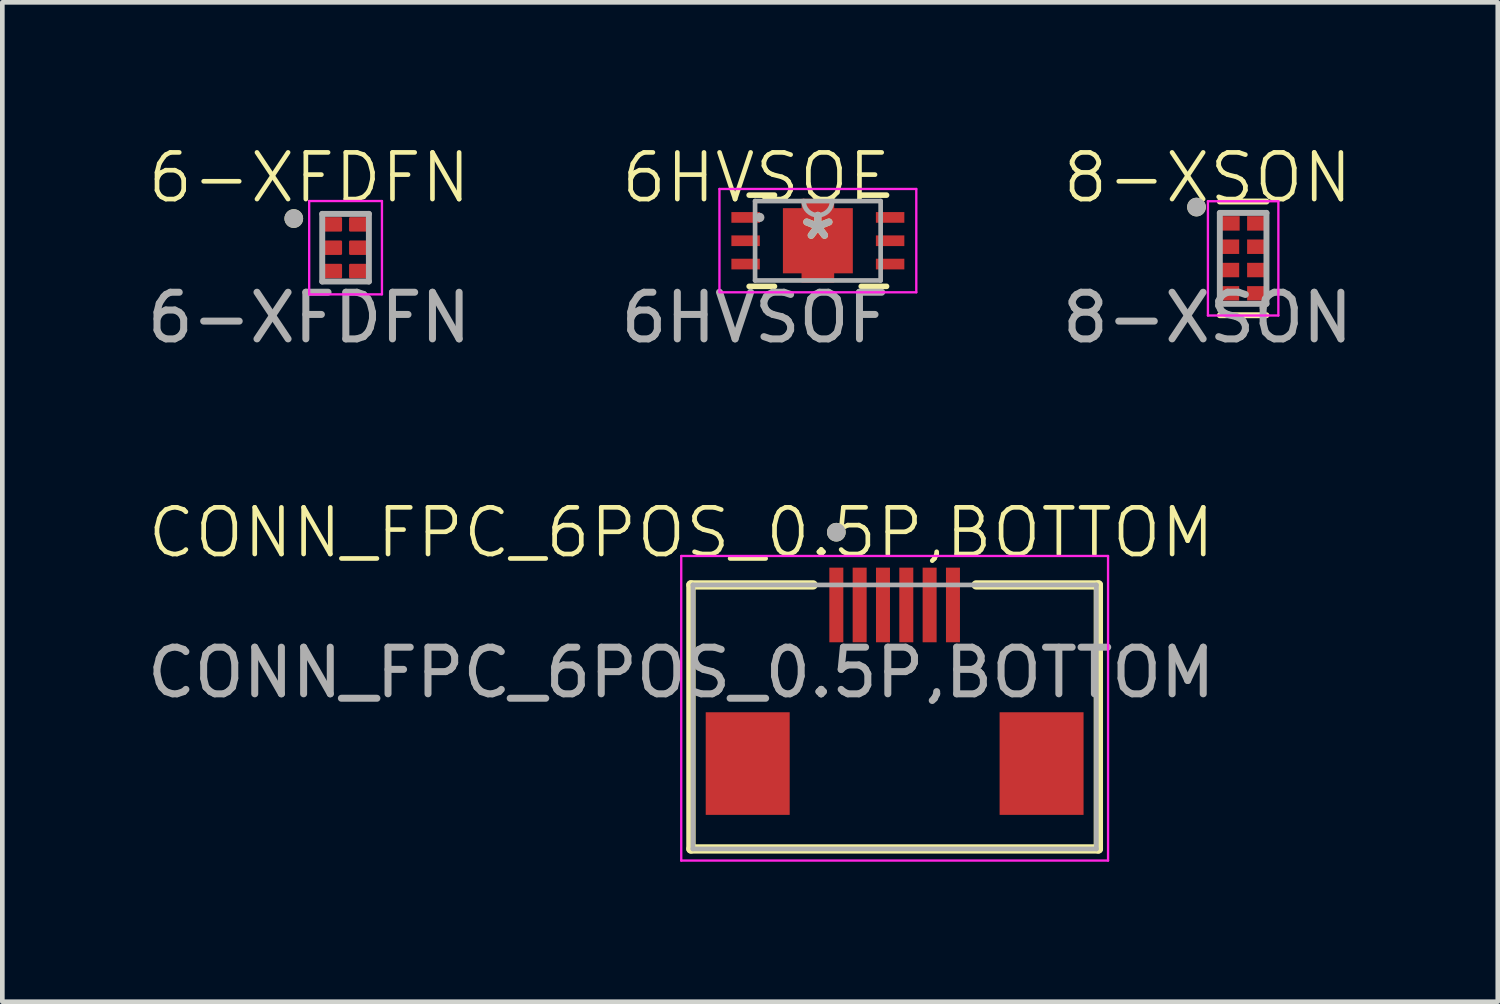
<source format=kicad_pcb>
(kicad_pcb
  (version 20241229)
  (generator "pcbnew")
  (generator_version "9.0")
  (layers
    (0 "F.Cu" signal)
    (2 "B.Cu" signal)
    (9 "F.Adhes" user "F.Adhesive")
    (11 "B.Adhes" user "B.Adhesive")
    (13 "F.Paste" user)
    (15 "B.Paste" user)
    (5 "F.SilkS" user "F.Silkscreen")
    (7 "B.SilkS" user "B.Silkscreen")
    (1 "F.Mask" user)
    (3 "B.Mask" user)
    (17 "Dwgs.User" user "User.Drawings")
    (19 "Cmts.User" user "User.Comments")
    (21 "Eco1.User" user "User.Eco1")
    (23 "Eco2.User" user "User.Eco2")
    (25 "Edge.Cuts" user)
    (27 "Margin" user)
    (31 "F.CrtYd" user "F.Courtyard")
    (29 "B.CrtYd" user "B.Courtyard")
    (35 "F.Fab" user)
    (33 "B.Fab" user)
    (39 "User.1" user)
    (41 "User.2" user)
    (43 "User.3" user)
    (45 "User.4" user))
  (footprint "CONN_FPC_6POS_0.5P,BOTTOM"
    (layer "F.Cu")
    (at 16.134 12.139)
    (property "Reference" "CONN_FPC_6POS_0.5P,BOTTOM" (at -4.58 -3.77 0) (unlocked yes) (layer "F.SilkS") (effects (font (size 1 1) (thickness 0.1))))
    (attr smd)
    (fp_line (start -4.372 -2.65) (end -4.372 3.01) (stroke (width 0.2) (type solid)) (layer "F.SilkS"))
    (fp_line (start -4.372 -2.65) (end -1.752 -2.65) (stroke (width 0.2) (type solid)) (layer "F.SilkS"))
    (fp_line (start -4.372 3.01) (end 4.362 3.01) (stroke (width 0.2) (type solid)) (layer "F.SilkS"))
    (fp_line (start 4.362 -2.65) (end 1.742 -2.65) (stroke (width 0.2) (type solid)) (layer "F.SilkS"))
    (fp_line (start 4.362 -2.65) (end 4.362 3.01) (stroke (width 0.2) (type solid)) (layer "F.SilkS"))
    (fp_circle (center -1.255 -3.78) (end -1.155 -3.78) (stroke (width 0.2) (type solid)) (fill no) (layer "F.SilkS"))
    (fp_line (start -4.58 -3.27) (end 4.57 -3.27) (stroke (width 0.05) (type solid)) (layer "F.CrtYd"))
    (fp_line (start -4.58 3.26) (end -4.58 -3.27) (stroke (width 0.05) (type solid)) (layer "F.CrtYd"))
    (fp_line (start 4.57 -3.27) (end 4.57 3.26) (stroke (width 0.05) (type solid)) (layer "F.CrtYd"))
    (fp_line (start 4.57 3.26) (end -4.58 3.26) (stroke (width 0.05) (type solid)) (layer "F.CrtYd"))
    (fp_line (start -4.33 -2.65) (end 4.32 -2.65) (stroke (width 0.1) (type solid)) (layer "F.Fab"))
    (fp_line (start -4.33 3.01) (end -4.33 -2.65) (stroke (width 0.1) (type solid)) (layer "F.Fab"))
    (fp_line (start 4.32 -2.65) (end 4.32 3.01) (stroke (width 0.1) (type solid)) (layer "F.Fab"))
    (fp_line (start 4.32 3.01) (end -4.33 3.01) (stroke (width 0.1) (type solid)) (layer "F.Fab"))
    (fp_circle (center -1.255 -3.78) (end -1.155 -3.78) (stroke (width 0.2) (type solid)) (fill no) (layer "F.Fab"))
    (fp_text user "${REFERENCE}" (at -4.58 -0.77 0) (unlocked yes) (layer "F.Fab") (effects (font (size 1 1) (thickness 0.15))))
    (pad "1" smd rect (at -1.255 -2.22) (size 0.3 1.6) (layers "F.Cu" "F.Mask" "F.Paste"))
    (pad "2" smd rect (at -0.755 -2.22) (size 0.3 1.6) (layers "F.Cu" "F.Mask" "F.Paste"))
    (pad "3" smd rect (at -0.255 -2.22) (size 0.3 1.6) (layers "F.Cu" "F.Mask" "F.Paste"))
    (pad "4" smd rect (at 0.245 -2.22) (size 0.3 1.6) (layers "F.Cu" "F.Mask" "F.Paste"))
    (pad "5" smd rect (at 0.745 -2.22) (size 0.3 1.6) (layers "F.Cu" "F.Mask" "F.Paste"))
    (pad "6" smd rect (at 1.245 -2.22) (size 0.3 1.6) (layers "F.Cu" "F.Mask" "F.Paste"))
    (pad "S1" smd rect (at -3.155 1.18) (size 1.8 2.2) (layers "F.Cu" "F.Mask" "F.Paste"))
    (pad "S2" smd rect (at 3.145 1.18) (size 1.8 2.2) (layers "F.Cu" "F.Mask" "F.Paste")))
  (footprint "8-XSON"
    (layer "F.Cu")
    (at 23.598 2.49)
    (property "Reference" "8-XSON" (at -0.76 -1.73 0) (unlocked yes) (layer "F.SilkS") (effects (font (size 1 1) (thickness 0.1))))
    (attr smd)
    (fp_line (start -0.498 -1.22) (end 0.502 -1.22) (stroke (width 0.127) (type solid)) (layer "F.SilkS"))
    (fp_line (start 0.502 1.218) (end -0.498 1.218) (stroke (width 0.127) (type solid)) (layer "F.SilkS"))
    (fp_circle (center -0.998 -1.101) (end -0.898 -1.101) (stroke (width 0.2) (type solid)) (fill no) (layer "F.SilkS"))
    (fp_line (start -0.753 -1.226) (end 0.757 -1.226) (stroke (width 0.05) (type solid)) (layer "F.CrtYd"))
    (fp_line (start -0.753 1.224) (end -0.753 -1.226) (stroke (width 0.05) (type solid)) (layer "F.CrtYd"))
    (fp_line (start 0.757 -1.226) (end 0.757 1.224) (stroke (width 0.05) (type solid)) (layer "F.CrtYd"))
    (fp_line (start 0.757 1.224) (end -0.753 1.224) (stroke (width 0.05) (type solid)) (layer "F.CrtYd"))
    (fp_line (start -0.498 -0.976) (end 0.502 -0.976) (stroke (width 0.127) (type solid)) (layer "F.Fab"))
    (fp_line (start -0.498 0.974) (end -0.498 -0.976) (stroke (width 0.127) (type solid)) (layer "F.Fab"))
    (fp_line (start 0.502 -0.976) (end 0.502 0.974) (stroke (width 0.127) (type solid)) (layer "F.Fab"))
    (fp_line (start 0.502 0.974) (end -0.498 0.974) (stroke (width 0.127) (type solid)) (layer "F.Fab"))
    (fp_circle (center -0.998 -1.101) (end -0.898 -1.101) (stroke (width 0.2) (type solid)) (fill no) (layer "F.Fab"))
    (fp_text user "${REFERENCE}" (at -0.76 1.27 0) (unlocked yes) (layer "F.Fab") (effects (font (size 1 1) (thickness 0.15))))
    (pad "1" smd rect (at -0.288 -0.751) (size 0.43 0.31) (layers "F.Cu" "F.Mask" "F.Paste"))
    (pad "2" smd rect (at -0.293 -0.251) (size 0.42 0.31) (layers "F.Cu" "F.Mask" "F.Paste"))
    (pad "3" smd rect (at -0.293 0.249) (size 0.42 0.31) (layers "F.Cu" "F.Mask" "F.Paste"))
    (pad "4" smd rect (at -0.293 0.749) (size 0.42 0.31) (layers "F.Cu" "F.Mask" "F.Paste"))
    (pad "5" smd rect (at 0.297 0.749 180) (size 0.42 0.31) (layers "F.Cu" "F.Mask" "F.Paste"))
    (pad "6" smd rect (at 0.297 0.249 180) (size 0.42 0.31) (layers "F.Cu" "F.Mask" "F.Paste"))
    (pad "7" smd rect (at 0.297 -0.251 180) (size 0.42 0.31) (layers "F.Cu" "F.Mask" "F.Paste"))
    (pad "8" smd rect (at 0.297 -0.751 180) (size 0.42 0.31) (layers "F.Cu" "F.Mask" "F.Paste")))
  (footprint "6HVSOF"
    (layer "F.Cu")
    (at 14.483 2.111)
    (property "Reference" "6HVSOF" (at -1.346 -1.351 0) (unlocked yes) (layer "F.SilkS") (effects (font (size 1 1) (thickness 0.1))))
    (attr smd)
    (fp_line (start -1.473 0.978) (end -0.93 0.978) (stroke (width 0.12) (type solid)) (layer "F.SilkS"))
    (fp_line (start -0.93 -0.978) (end -1.473 -0.978) (stroke (width 0.12) (type solid)) (layer "F.SilkS"))
    (fp_line (start 0.93 0.978) (end 1.473 0.978) (stroke (width 0.12) (type solid)) (layer "F.SilkS"))
    (fp_line (start 1.473 -0.978) (end 0.93 -0.978) (stroke (width 0.12) (type solid)) (layer "F.SilkS"))
    (fp_line (start -2.11 -1.11) (end 2.11 -1.11) (stroke (width 0.05) (type solid)) (layer "F.CrtYd"))
    (fp_line (start -2.11 1.1) (end -2.11 -1.11) (stroke (width 0.05) (type solid)) (layer "F.CrtYd"))
    (fp_line (start 2.11 -1.11) (end 2.11 1.105) (stroke (width 0.05) (type solid)) (layer "F.CrtYd"))
    (fp_line (start 2.11 1.105) (end -2.11 1.105) (stroke (width 0.05) (type solid)) (layer "F.CrtYd"))
    (fp_line (start -1.346 -0.851) (end -1.346 0.851) (stroke (width 0.1) (type solid)) (layer "F.Fab"))
    (fp_line (start -1.346 0.851) (end 1.346 0.851) (stroke (width 0.1) (type solid)) (layer "F.Fab"))
    (fp_line (start 1.346 -0.851) (end -1.346 -0.851) (stroke (width 0.1) (type solid)) (layer "F.Fab"))
    (fp_line (start 1.346 0.851) (end 1.346 -0.851) (stroke (width 0.1) (type solid)) (layer "F.Fab"))
    (fp_arc (start 0.3048 -0.8509) (mid 0 -0.5461) (end -0.3048 -0.8509) (stroke (width 0.1) (type solid)) (layer "F.Fab"))
    (fp_circle (center -1.245 -0.5) (end -1.245 -0.5) (stroke (width 0.1) (type solid)) (fill no) (layer "F.Fab"))
    (fp_text user "*" (at 0 0 0) (layer "F.SilkS") (effects (font (size 1 1) (thickness 0.15))))
    (fp_text user "${REFERENCE}" (at -1.346 1.649 0) (unlocked yes) (layer "F.Fab") (effects (font (size 1 1) (thickness 0.15))))
    (fp_text user "*" (at 0 0 0) (layer "F.Fab") (effects (font (size 1 1) (thickness 0.15))))
    (pad "1" smd rect (at -1.549 -0.5) (size 0.61 0.229) (layers "F.Cu" "F.Mask" "F.Paste"))
    (pad "2" smd rect (at -1.549 0) (size 0.61 0.229) (layers "F.Cu" "F.Mask" "F.Paste"))
    (pad "3" smd rect (at -1.549 0.5) (size 0.61 0.229) (layers "F.Cu" "F.Mask" "F.Paste"))
    (pad "4" smd rect (at 1.549 0.5) (size 0.61 0.229) (layers "F.Cu" "F.Mask" "F.Paste"))
    (pad "5" smd rect (at 1.549 0) (size 0.61 0.229) (layers "F.Cu" "F.Mask" "F.Paste"))
    (pad "6" smd rect (at 1.549 -0.5) (size 0.61 0.229) (layers "F.Cu" "F.Mask" "F.Paste"))
    (pad "7" smd rect (at 0 0) (size 0.7 1.8) (layers "F.Cu" "F.Mask" "F.Paste"))
    (pad "7" smd rect (at 0 0) (size 1.499 1.397) (layers "F.Cu" "F.Mask" "F.Paste")))
  (footprint "6-XFDFN"
    (layer "F.Cu")
    (at 4.365 2.276)
    (property "Reference" "6-XFDFN" (at -0.787 -1.516 0) (unlocked yes) (layer "F.SilkS") (effects (font (size 1 1) (thickness 0.1))))
    (attr smd)
    (fp_circle (center -1.117 -0.641) (end -1.017 -0.641) (stroke (width 0.2) (type solid)) (fill no) (layer "F.SilkS"))
    (fp_line (start -0.787 -1.016) (end 0.773 -1.016) (stroke (width 0.05) (type solid)) (layer "F.CrtYd"))
    (fp_line (start -0.787 0.984) (end -0.787 -1.016) (stroke (width 0.05) (type solid)) (layer "F.CrtYd"))
    (fp_line (start 0.773 -1.016) (end 0.773 0.984) (stroke (width 0.05) (type solid)) (layer "F.CrtYd"))
    (fp_line (start 0.773 0.984) (end -0.787 0.984) (stroke (width 0.05) (type solid)) (layer "F.CrtYd"))
    (fp_line (start -0.507 -0.741) (end 0.493 -0.741) (stroke (width 0.127) (type solid)) (layer "F.Fab"))
    (fp_line (start -0.507 0.709) (end -0.507 -0.741) (stroke (width 0.127) (type solid)) (layer "F.Fab"))
    (fp_line (start 0.493 -0.741) (end 0.493 0.709) (stroke (width 0.127) (type solid)) (layer "F.Fab"))
    (fp_line (start 0.493 0.709) (end -0.507 0.709) (stroke (width 0.127) (type solid)) (layer "F.Fab"))
    (fp_circle (center -1.117 -0.641) (end -1.017 -0.641) (stroke (width 0.2) (type solid)) (fill no) (layer "F.Fab"))
    (fp_text user "${REFERENCE}" (at -0.787 1.484 0) (unlocked yes) (layer "F.Fab") (effects (font (size 1 1) (thickness 0.15))))
    (pad "1" smd roundrect (at -0.272 -0.516) (size 0.38 0.31) (layers "F.Cu" "F.Mask" "F.Paste") (roundrect_rratio 0.08))
    (pad "2" smd roundrect (at -0.272 -0.016) (size 0.38 0.31) (layers "F.Cu" "F.Mask" "F.Paste") (roundrect_rratio 0.08))
    (pad "3" smd roundrect (at -0.272 0.484) (size 0.38 0.31) (layers "F.Cu" "F.Mask" "F.Paste") (roundrect_rratio 0.08))
    (pad "4" smd roundrect (at 0.258 0.484) (size 0.38 0.31) (layers "F.Cu" "F.Mask" "F.Paste") (roundrect_rratio 0.08))
    (pad "5" smd roundrect (at 0.258 -0.016) (size 0.38 0.31) (layers "F.Cu" "F.Mask" "F.Paste") (roundrect_rratio 0.08))
    (pad "6" smd roundrect (at 0.258 -0.516) (size 0.38 0.31) (layers "F.Cu" "F.Mask" "F.Paste") (roundrect_rratio 0.08)))
  (gr_rect
    (start -3 -3)
    (end 29.059 18.424)
    (stroke (width 0.1) (type default))
    (fill no)
    (layer "Edge.Cuts")))
</source>
